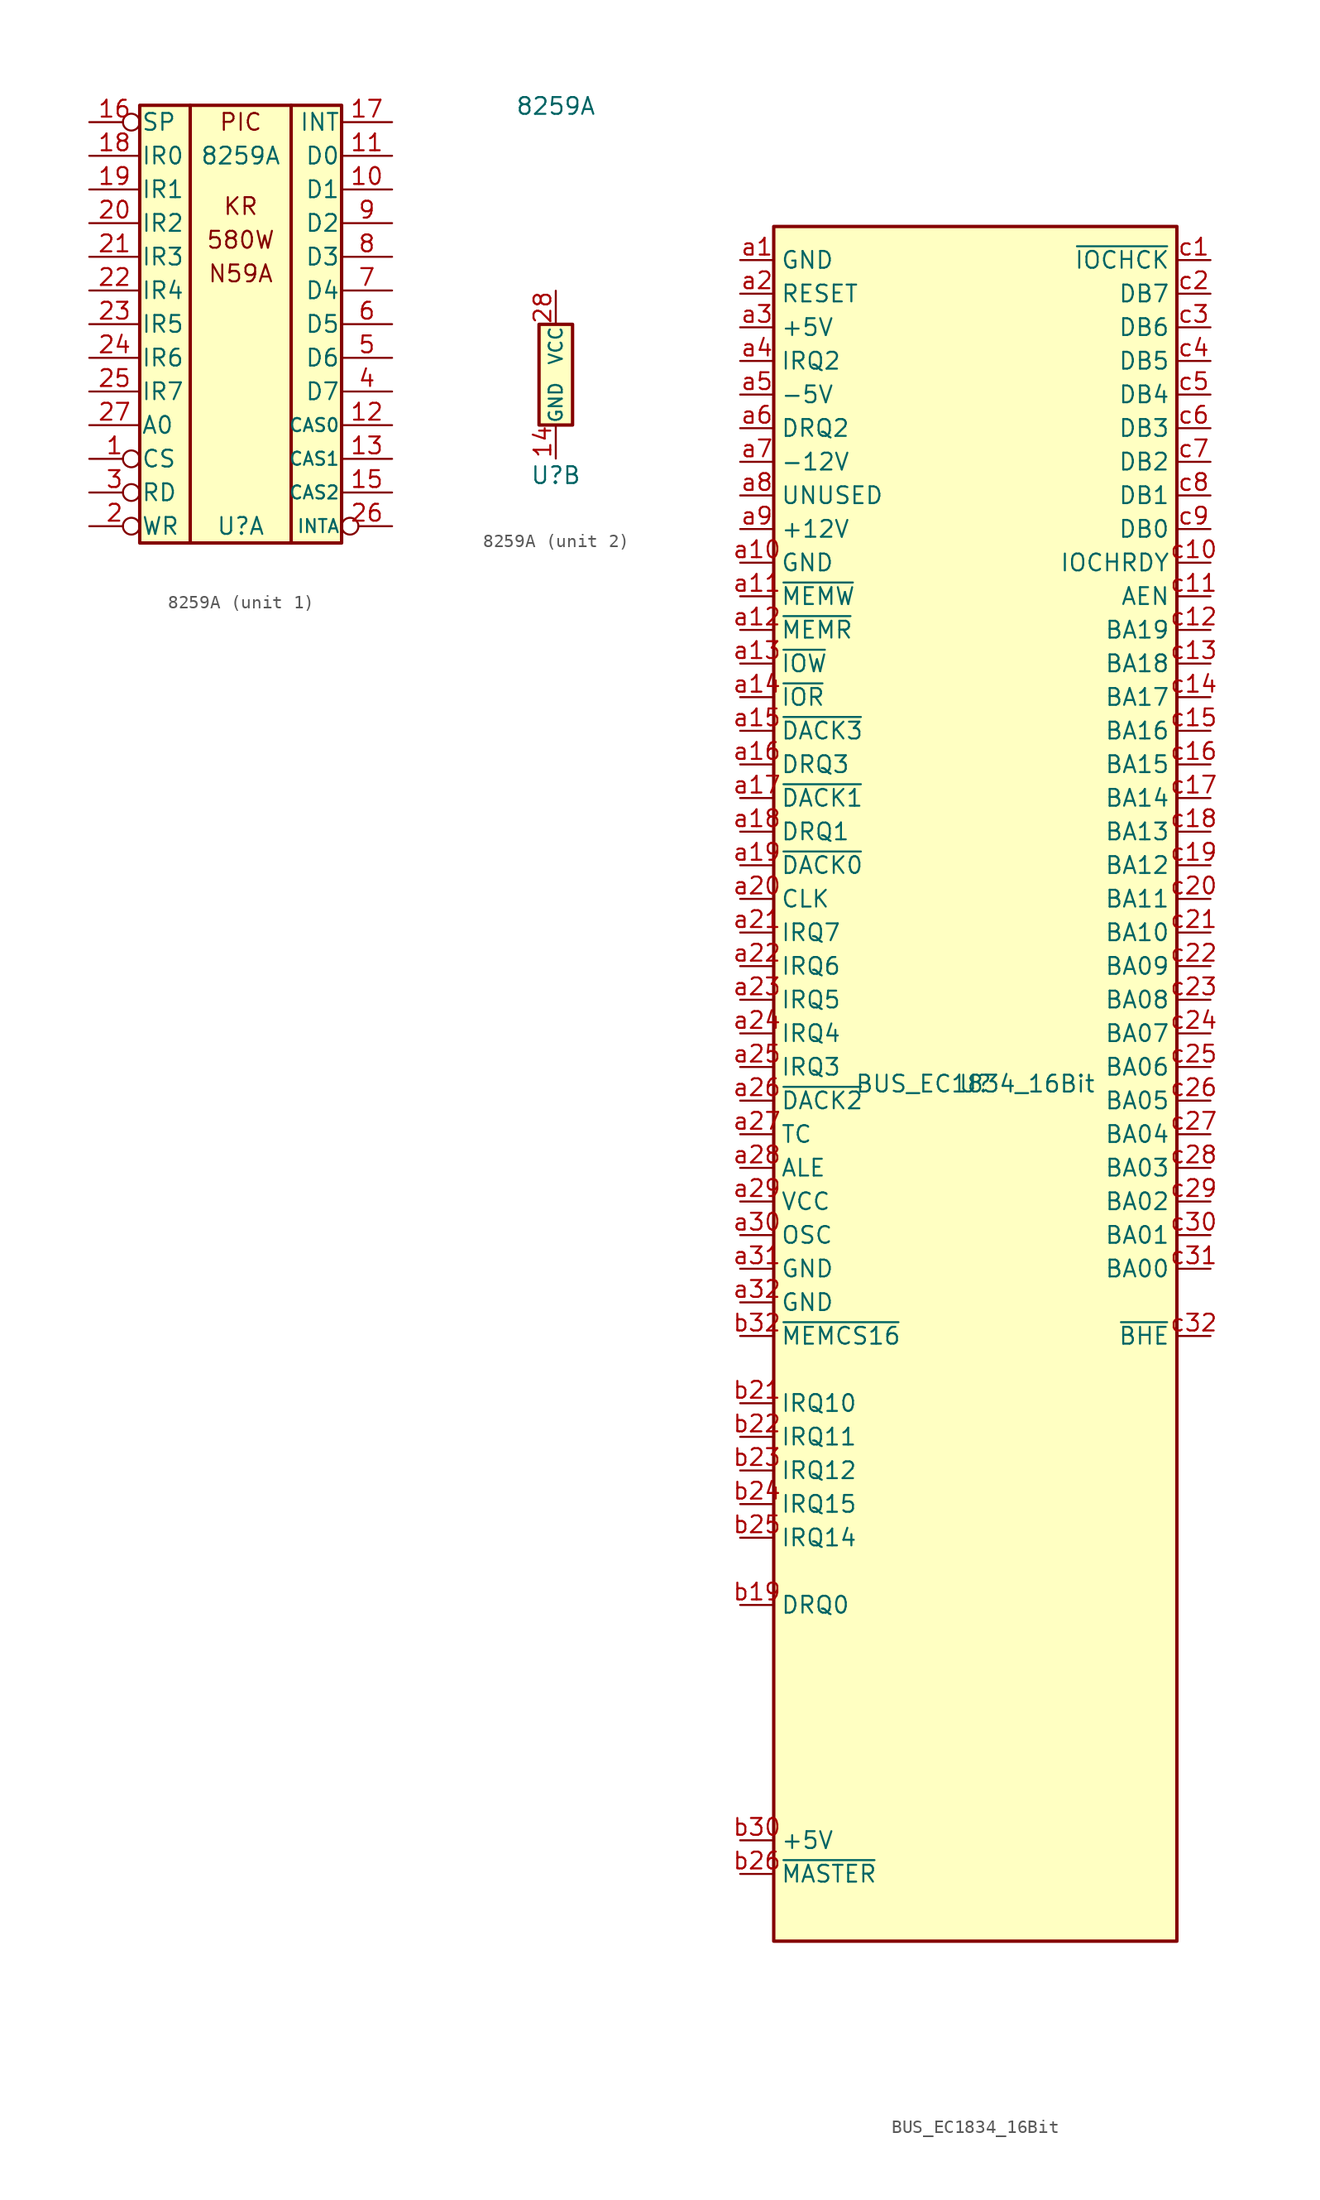
<source format=kicad_sym>
(kicad_symbol_lib
  (version 20211014)
  (generator kicad_symbol_editor)
  (symbol "8259A"
    (pin_names
      (offset 0.102))
    (property "Reference" "U"
      (at 0 -7.62 0)
      (effects (font (size 1.27 1.27))))
    (property "Value" "8259A"
      (at 0 20.32 0)
      (effects (font (size 1.27 1.27))))
    (property "ki_locked" ""
      (at 0 0 0)
      (effects (font (size 1.27 1.27))))
    (symbol "8259A_1_0"
      (rectangle (start -3.81 24.13) (end -3.81 -8.89) (stroke (width 0.254) (type default) (color 0 0 0 0)) (fill (type none)))
      (rectangle (start 3.81 24.13) (end 3.81 -8.89) (stroke (width 0.254) (type default) (color 0 0 0 0)) (fill (type none)))
      (text "580W" (at 0 13.97 0) (effects (font (size 1.27 1.27))))
      (text "KR" (at 0 16.51 0) (effects (font (size 1.27 1.27))))
      (text "N59A" (at 0 11.43 0) (effects (font (size 1.27 1.27))))
      (text "PIC" (at 0 22.86 0) (effects (font (size 1.27 1.27)))))
    (symbol "8259A_1_1"
      (rectangle (start -7.62 24.13) (end 7.62 -8.89) (stroke (width 0.254) (type default) (color 0 0 0 0)) (fill (type background)))
      (pin input inverted (at -11.43 -2.54 0) (length 3.81) (name "CS" (effects (font (size 1.27 1.27)))) (number "1" (effects (font (size 1.27 1.27)))))
      (pin bidirectional line (at 11.43 17.78 180) (length 3.81) (name "D1" (effects (font (size 1.27 1.27)))) (number "10" (effects (font (size 1.27 1.27)))))
      (pin bidirectional line (at 11.43 20.32 180) (length 3.81) (name "D0" (effects (font (size 1.27 1.27)))) (number "11" (effects (font (size 1.27 1.27)))))
      (pin tri_state line (at 11.43 0 180) (length 3.81) (name "CAS0" (effects (font (size 0.991 0.991)))) (number "12" (effects (font (size 1.27 1.27)))))
      (pin tri_state line (at 11.43 -2.54 180) (length 3.81) (name "CAS1" (effects (font (size 0.991 0.991)))) (number "13" (effects (font (size 1.27 1.27)))))
      (pin tri_state line (at 11.43 -5.08 180) (length 3.81) (name "CAS2" (effects (font (size 0.991 0.991)))) (number "15" (effects (font (size 1.27 1.27)))))
      (pin bidirectional inverted (at -11.43 22.86 0) (length 3.81) (name "SP" (effects (font (size 1.27 1.27)))) (number "16" (effects (font (size 1.27 1.27)))))
      (pin output line (at 11.43 22.86 180) (length 3.81) (name "INT" (effects (font (size 1.27 1.27)))) (number "17" (effects (font (size 1.27 1.27)))))
      (pin input line (at -11.43 20.32 0) (length 3.81) (name "IR0" (effects (font (size 1.27 1.27)))) (number "18" (effects (font (size 1.27 1.27)))))
      (pin input line (at -11.43 17.78 0) (length 3.81) (name "IR1" (effects (font (size 1.27 1.27)))) (number "19" (effects (font (size 1.27 1.27)))))
      (pin input inverted (at -11.43 -7.62 0) (length 3.81) (name "WR" (effects (font (size 1.27 1.27)))) (number "2" (effects (font (size 1.27 1.27)))))
      (pin input line (at -11.43 15.24 0) (length 3.81) (name "IR2" (effects (font (size 1.27 1.27)))) (number "20" (effects (font (size 1.27 1.27)))))
      (pin input line (at -11.43 12.7 0) (length 3.81) (name "IR3" (effects (font (size 1.27 1.27)))) (number "21" (effects (font (size 1.27 1.27)))))
      (pin input line (at -11.43 10.16 0) (length 3.81) (name "IR4" (effects (font (size 1.27 1.27)))) (number "22" (effects (font (size 1.27 1.27)))))
      (pin input line (at -11.43 7.62 0) (length 3.81) (name "IR5" (effects (font (size 1.27 1.27)))) (number "23" (effects (font (size 1.27 1.27)))))
      (pin input line (at -11.43 5.08 0) (length 3.81) (name "IR6" (effects (font (size 1.27 1.27)))) (number "24" (effects (font (size 1.27 1.27)))))
      (pin input line (at -11.43 2.54 0) (length 3.81) (name "IR7" (effects (font (size 1.27 1.27)))) (number "25" (effects (font (size 1.27 1.27)))))
      (pin input inverted (at 11.43 -7.62 180) (length 3.81) (name "INTA" (effects (font (size 0.991 0.991)))) (number "26" (effects (font (size 1.27 1.27)))))
      (pin input line (at -11.43 0 0) (length 3.81) (name "A0" (effects (font (size 1.27 1.27)))) (number "27" (effects (font (size 1.27 1.27)))))
      (pin input inverted (at -11.43 -5.08 0) (length 3.81) (name "RD" (effects (font (size 1.27 1.27)))) (number "3" (effects (font (size 1.27 1.27)))))
      (pin bidirectional line (at 11.43 2.54 180) (length 3.81) (name "D7" (effects (font (size 1.27 1.27)))) (number "4" (effects (font (size 1.27 1.27)))))
      (pin bidirectional line (at 11.43 5.08 180) (length 3.81) (name "D6" (effects (font (size 1.27 1.27)))) (number "5" (effects (font (size 1.27 1.27)))))
      (pin bidirectional line (at 11.43 7.62 180) (length 3.81) (name "D5" (effects (font (size 1.27 1.27)))) (number "6" (effects (font (size 1.27 1.27)))))
      (pin bidirectional line (at 11.43 10.16 180) (length 3.81) (name "D4" (effects (font (size 1.27 1.27)))) (number "7" (effects (font (size 1.27 1.27)))))
      (pin bidirectional line (at 11.43 12.7 180) (length 3.81) (name "D3" (effects (font (size 1.27 1.27)))) (number "8" (effects (font (size 1.27 1.27)))))
      (pin bidirectional line (at 11.43 15.24 180) (length 3.81) (name "D2" (effects (font (size 1.27 1.27)))) (number "9" (effects (font (size 1.27 1.27))))))
    (symbol "8259A_2_1"
      (rectangle (start -1.27 3.81) (end 1.27 -3.81) (stroke (width 0.254) (type default) (color 0 0 0 0)) (fill (type background)))
      (pin power_in line (at 0 -6.35 90) (length 2.54) (name "GND" (effects (font (size 0.991 0.991)))) (number "14" (effects (font (size 1.27 1.27)))))
      (pin power_in line (at 0 6.35 270) (length 2.54) (name "VCC" (effects (font (size 0.991 0.991)))) (number "28" (effects (font (size 1.27 1.27)))))))
  (symbol "BUS_EC1834_16Bit"
    (property "Reference" "U"
      (at 0 0 0)
      (effects (font (size 1.27 1.27))))
    (property "Value" "BUS_EC1834_16Bit"
      (at 0 0 0)
      (effects (font (size 1.27 1.27))))
    (symbol "BUS_EC1834_16Bit_0_1"
      (rectangle (start -15.24 -64.77) (end 15.24 64.77) (stroke (width 0.254) (type default) (color 0 0 0 0)) (fill (type background))))
    (symbol "BUS_EC1834_16Bit_1_1"
      (pin power_in line (at -17.78 62.23 0) (length 2.54) (name "GND" (effects (font (size 1.27 1.27)))) (number "a1" (effects (font (size 1.27 1.27)))))
      (pin power_in line (at -17.78 39.37 0) (length 2.54) (name "GND" (effects (font (size 1.27 1.27)))) (number "a10" (effects (font (size 1.27 1.27)))))
      (pin input line (at -17.78 36.83 0) (length 2.54) (name "~{MEMW}" (effects (font (size 1.27 1.27)))) (number "a11" (effects (font (size 1.27 1.27)))))
      (pin input line (at -17.78 34.29 0) (length 2.54) (name "~{MEMR}" (effects (font (size 1.27 1.27)))) (number "a12" (effects (font (size 1.27 1.27)))))
      (pin input line (at -17.78 31.75 0) (length 2.54) (name "~{IOW}" (effects (font (size 1.27 1.27)))) (number "a13" (effects (font (size 1.27 1.27)))))
      (pin input line (at -17.78 29.21 0) (length 2.54) (name "~{IOR}" (effects (font (size 1.27 1.27)))) (number "a14" (effects (font (size 1.27 1.27)))))
      (pin passive line (at -17.78 26.67 0) (length 2.54) (name "~{DACK3}" (effects (font (size 1.27 1.27)))) (number "a15" (effects (font (size 1.27 1.27)))))
      (pin bidirectional line (at -17.78 24.13 0) (length 2.54) (name "DRQ3" (effects (font (size 1.27 1.27)))) (number "a16" (effects (font (size 1.27 1.27)))))
      (pin passive line (at -17.78 21.59 0) (length 2.54) (name "~{DACK1}" (effects (font (size 1.27 1.27)))) (number "a17" (effects (font (size 1.27 1.27)))))
      (pin bidirectional line (at -17.78 19.05 0) (length 2.54) (name "DRQ1" (effects (font (size 1.27 1.27)))) (number "a18" (effects (font (size 1.27 1.27)))))
      (pin passive line (at -17.78 16.51 0) (length 2.54) (name "~{DACK0}" (effects (font (size 1.27 1.27)))) (number "a19" (effects (font (size 1.27 1.27)))))
      (pin input line (at -17.78 59.69 0) (length 2.54) (name "RESET" (effects (font (size 1.27 1.27)))) (number "a2" (effects (font (size 1.27 1.27)))))
      (pin input line (at -17.78 13.97 0) (length 2.54) (name "CLK" (effects (font (size 1.27 1.27)))) (number "a20" (effects (font (size 1.27 1.27)))))
      (pin passive line (at -17.78 11.43 0) (length 2.54) (name "IRQ7" (effects (font (size 1.27 1.27)))) (number "a21" (effects (font (size 1.27 1.27)))))
      (pin passive line (at -17.78 8.89 0) (length 2.54) (name "IRQ6" (effects (font (size 1.27 1.27)))) (number "a22" (effects (font (size 1.27 1.27)))))
      (pin passive line (at -17.78 6.35 0) (length 2.54) (name "IRQ5" (effects (font (size 1.27 1.27)))) (number "a23" (effects (font (size 1.27 1.27)))))
      (pin passive line (at -17.78 3.81 0) (length 2.54) (name "IRQ4" (effects (font (size 1.27 1.27)))) (number "a24" (effects (font (size 1.27 1.27)))))
      (pin passive line (at -17.78 1.27 0) (length 2.54) (name "IRQ3" (effects (font (size 1.27 1.27)))) (number "a25" (effects (font (size 1.27 1.27)))))
      (pin passive line (at -17.78 -1.27 0) (length 2.54) (name "~{DACK2}" (effects (font (size 1.27 1.27)))) (number "a26" (effects (font (size 1.27 1.27)))))
      (pin passive line (at -17.78 -3.81 0) (length 2.54) (name "TC" (effects (font (size 1.27 1.27)))) (number "a27" (effects (font (size 1.27 1.27)))))
      (pin bidirectional line (at -17.78 -6.35 0) (length 2.54) (name "ALE" (effects (font (size 1.27 1.27)))) (number "a28" (effects (font (size 1.27 1.27)))))
      (pin power_in line (at -17.78 -8.89 0) (length 2.54) (name "VCC" (effects (font (size 1.27 1.27)))) (number "a29" (effects (font (size 1.27 1.27)))))
      (pin power_in line (at -17.78 57.15 0) (length 2.54) (name "+5V" (effects (font (size 1.27 1.27)))) (number "a3" (effects (font (size 1.27 1.27)))))
      (pin input line (at -17.78 -11.43 0) (length 2.54) (name "OSC" (effects (font (size 1.27 1.27)))) (number "a30" (effects (font (size 1.27 1.27)))))
      (pin power_in line (at -17.78 -13.97 0) (length 2.54) (name "GND" (effects (font (size 1.27 1.27)))) (number "a31" (effects (font (size 1.27 1.27)))))
      (pin power_in line (at -17.78 -16.51 0) (length 2.54) (name "GND" (effects (font (size 1.27 1.27)))) (number "a32" (effects (font (size 1.27 1.27)))))
      (pin input line (at -17.78 54.61 0) (length 2.54) (name "IRQ2" (effects (font (size 1.27 1.27)))) (number "a4" (effects (font (size 1.27 1.27)))))
      (pin power_in line (at -17.78 52.07 0) (length 2.54) (name "-5V" (effects (font (size 1.27 1.27)))) (number "a5" (effects (font (size 1.27 1.27)))))
      (pin bidirectional line (at -17.78 49.53 0) (length 2.54) (name "DRQ2" (effects (font (size 1.27 1.27)))) (number "a6" (effects (font (size 1.27 1.27)))))
      (pin power_in line (at -17.78 46.99 0) (length 2.54) (name "-12V" (effects (font (size 1.27 1.27)))) (number "a7" (effects (font (size 1.27 1.27)))))
      (pin passive line (at -17.78 44.45 0) (length 2.54) (name "UNUSED" (effects (font (size 1.27 1.27)))) (number "a8" (effects (font (size 1.27 1.27)))))
      (pin power_in line (at -17.78 41.91 0) (length 2.54) (name "+12V" (effects (font (size 1.27 1.27)))) (number "a9" (effects (font (size 1.27 1.27)))))
      (pin no_connect line (at 17.78 -24.13 180) (length 2.54) hide (name "UNUSED" (effects (font (size 1.27 1.27)))) (number "b1" (effects (font (size 1.27 1.27)))))
      (pin no_connect line (at 17.78 -26.67 180) (length 2.54) hide (name "UNUSED" (effects (font (size 1.27 1.27)))) (number "b10" (effects (font (size 1.27 1.27)))))
      (pin no_connect line (at 17.78 -29.21 180) (length 2.54) hide (name "UNUSED" (effects (font (size 1.27 1.27)))) (number "b11" (effects (font (size 1.27 1.27)))))
      (pin no_connect line (at 17.78 -31.75 180) (length 2.54) hide (name "UNUSED" (effects (font (size 1.27 1.27)))) (number "b12" (effects (font (size 1.27 1.27)))))
      (pin no_connect line (at 17.78 -34.29 180) (length 2.54) hide (name "UNUSED" (effects (font (size 1.27 1.27)))) (number "b13" (effects (font (size 1.27 1.27)))))
      (pin no_connect line (at 17.78 -36.83 180) (length 2.54) hide (name "UNUSED" (effects (font (size 1.27 1.27)))) (number "b14" (effects (font (size 1.27 1.27)))))
      (pin no_connect line (at 17.78 -39.37 180) (length 2.54) hide (name "UNUSED" (effects (font (size 1.27 1.27)))) (number "b15" (effects (font (size 1.27 1.27)))))
      (pin no_connect line (at 17.78 -41.91 180) (length 2.54) hide (name "UNUSED" (effects (font (size 1.27 1.27)))) (number "b16" (effects (font (size 1.27 1.27)))))
      (pin no_connect line (at 17.78 -44.45 180) (length 2.54) hide (name "UNUSED" (effects (font (size 1.27 1.27)))) (number "b17" (effects (font (size 1.27 1.27)))))
      (pin no_connect line (at 17.78 -46.99 180) (length 2.54) hide (name "UNUSED" (effects (font (size 1.27 1.27)))) (number "b18" (effects (font (size 1.27 1.27)))))
      (pin bidirectional line (at -17.78 -39.37 0) (length 2.54) (name "DRQ0" (effects (font (size 1.27 1.27)))) (number "b19" (effects (font (size 1.27 1.27)))))
      (pin no_connect line (at 17.78 -49.53 180) (length 2.54) hide (name "UNUSED" (effects (font (size 1.27 1.27)))) (number "b20" (effects (font (size 1.27 1.27)))))
      (pin passive line (at -17.78 -24.13 0) (length 2.54) (name "IRQ10" (effects (font (size 1.27 1.27)))) (number "b21" (effects (font (size 1.27 1.27)))))
      (pin passive line (at -17.78 -26.67 0) (length 2.54) (name "IRQ11" (effects (font (size 1.27 1.27)))) (number "b22" (effects (font (size 1.27 1.27)))))
      (pin passive line (at -17.78 -29.21 0) (length 2.54) (name "IRQ12" (effects (font (size 1.27 1.27)))) (number "b23" (effects (font (size 1.27 1.27)))))
      (pin passive line (at -17.78 -31.75 0) (length 2.54) (name "IRQ15" (effects (font (size 1.27 1.27)))) (number "b24" (effects (font (size 1.27 1.27)))))
      (pin passive line (at -17.78 -34.29 0) (length 2.54) (name "IRQ14" (effects (font (size 1.27 1.27)))) (number "b25" (effects (font (size 1.27 1.27)))))
      (pin passive line (at -17.78 -59.69 0) (length 2.54) (name "~{MASTER}" (effects (font (size 1.27 1.27)))) (number "b26" (effects (font (size 1.27 1.27)))))
      (pin no_connect line (at 17.78 -52.07 180) (length 2.54) hide (name "UNUSED" (effects (font (size 1.27 1.27)))) (number "b27" (effects (font (size 1.27 1.27)))))
      (pin no_connect line (at 17.78 -54.61 180) (length 2.54) hide (name "UNUSED" (effects (font (size 1.27 1.27)))) (number "b28" (effects (font (size 1.27 1.27)))))
      (pin no_connect line (at 17.78 -57.15 180) (length 2.54) hide (name "UNUSED" (effects (font (size 1.27 1.27)))) (number "b29" (effects (font (size 1.27 1.27)))))
      (pin power_in line (at -17.78 -57.15 0) (length 2.54) (name "+5V" (effects (font (size 1.27 1.27)))) (number "b30" (effects (font (size 1.27 1.27)))))
      (pin no_connect line (at 17.78 -59.69 180) (length 2.54) hide (name "UNUSED" (effects (font (size 1.27 1.27)))) (number "b31" (effects (font (size 1.27 1.27)))))
      (pin passive line (at -17.78 -19.05 0) (length 2.54) (name "~{MEMCS16}" (effects (font (size 1.27 1.27)))) (number "b32" (effects (font (size 1.27 1.27)))))
      (pin passive line (at 17.78 62.23 180) (length 2.54) (name "~{IOCHCK}" (effects (font (size 1.27 1.27)))) (number "c1" (effects (font (size 1.27 1.27)))))
      (pin passive line (at 17.78 39.37 180) (length 2.54) (name "IOCHRDY" (effects (font (size 1.27 1.27)))) (number "c10" (effects (font (size 1.27 1.27)))))
      (pin input line (at 17.78 36.83 180) (length 2.54) (name "AEN" (effects (font (size 1.27 1.27)))) (number "c11" (effects (font (size 1.27 1.27)))))
      (pin tri_state line (at 17.78 34.29 180) (length 2.54) (name "BA19" (effects (font (size 1.27 1.27)))) (number "c12" (effects (font (size 1.27 1.27)))))
      (pin tri_state line (at 17.78 31.75 180) (length 2.54) (name "BA18" (effects (font (size 1.27 1.27)))) (number "c13" (effects (font (size 1.27 1.27)))))
      (pin tri_state line (at 17.78 29.21 180) (length 2.54) (name "BA17" (effects (font (size 1.27 1.27)))) (number "c14" (effects (font (size 1.27 1.27)))))
      (pin tri_state line (at 17.78 26.67 180) (length 2.54) (name "BA16" (effects (font (size 1.27 1.27)))) (number "c15" (effects (font (size 1.27 1.27)))))
      (pin tri_state line (at 17.78 24.13 180) (length 2.54) (name "BA15" (effects (font (size 1.27 1.27)))) (number "c16" (effects (font (size 1.27 1.27)))))
      (pin tri_state line (at 17.78 21.59 180) (length 2.54) (name "BA14" (effects (font (size 1.27 1.27)))) (number "c17" (effects (font (size 1.27 1.27)))))
      (pin tri_state line (at 17.78 19.05 180) (length 2.54) (name "BA13" (effects (font (size 1.27 1.27)))) (number "c18" (effects (font (size 1.27 1.27)))))
      (pin tri_state line (at 17.78 16.51 180) (length 2.54) (name "BA12" (effects (font (size 1.27 1.27)))) (number "c19" (effects (font (size 1.27 1.27)))))
      (pin tri_state line (at 17.78 59.69 180) (length 2.54) (name "DB7" (effects (font (size 1.27 1.27)))) (number "c2" (effects (font (size 1.27 1.27)))))
      (pin tri_state line (at 17.78 13.97 180) (length 2.54) (name "BA11" (effects (font (size 1.27 1.27)))) (number "c20" (effects (font (size 1.27 1.27)))))
      (pin tri_state line (at 17.78 11.43 180) (length 2.54) (name "BA10" (effects (font (size 1.27 1.27)))) (number "c21" (effects (font (size 1.27 1.27)))))
      (pin tri_state line (at 17.78 8.89 180) (length 2.54) (name "BA09" (effects (font (size 1.27 1.27)))) (number "c22" (effects (font (size 1.27 1.27)))))
      (pin tri_state line (at 17.78 6.35 180) (length 2.54) (name "BA08" (effects (font (size 1.27 1.27)))) (number "c23" (effects (font (size 1.27 1.27)))))
      (pin tri_state line (at 17.78 3.81 180) (length 2.54) (name "BA07" (effects (font (size 1.27 1.27)))) (number "c24" (effects (font (size 1.27 1.27)))))
      (pin tri_state line (at 17.78 1.27 180) (length 2.54) (name "BA06" (effects (font (size 1.27 1.27)))) (number "c25" (effects (font (size 1.27 1.27)))))
      (pin tri_state line (at 17.78 -1.27 180) (length 2.54) (name "BA05" (effects (font (size 1.27 1.27)))) (number "c26" (effects (font (size 1.27 1.27)))))
      (pin tri_state line (at 17.78 -3.81 180) (length 2.54) (name "BA04" (effects (font (size 1.27 1.27)))) (number "c27" (effects (font (size 1.27 1.27)))))
      (pin tri_state line (at 17.78 -6.35 180) (length 2.54) (name "BA03" (effects (font (size 1.27 1.27)))) (number "c28" (effects (font (size 1.27 1.27)))))
      (pin tri_state line (at 17.78 -8.89 180) (length 2.54) (name "BA02" (effects (font (size 1.27 1.27)))) (number "c29" (effects (font (size 1.27 1.27)))))
      (pin tri_state line (at 17.78 57.15 180) (length 2.54) (name "DB6" (effects (font (size 1.27 1.27)))) (number "c3" (effects (font (size 1.27 1.27)))))
      (pin tri_state line (at 17.78 -11.43 180) (length 2.54) (name "BA01" (effects (font (size 1.27 1.27)))) (number "c30" (effects (font (size 1.27 1.27)))))
      (pin tri_state line (at 17.78 -13.97 180) (length 2.54) (name "BA00" (effects (font (size 1.27 1.27)))) (number "c31" (effects (font (size 1.27 1.27)))))
      (pin passive line (at 17.78 -19.05 180) (length 2.54) (name "~{BHE}" (effects (font (size 1.27 1.27)))) (number "c32" (effects (font (size 1.27 1.27)))))
      (pin tri_state line (at 17.78 54.61 180) (length 2.54) (name "DB5" (effects (font (size 1.27 1.27)))) (number "c4" (effects (font (size 1.27 1.27)))))
      (pin tri_state line (at 17.78 52.07 180) (length 2.54) (name "DB4" (effects (font (size 1.27 1.27)))) (number "c5" (effects (font (size 1.27 1.27)))))
      (pin tri_state line (at 17.78 49.53 180) (length 2.54) (name "DB3" (effects (font (size 1.27 1.27)))) (number "c6" (effects (font (size 1.27 1.27)))))
      (pin tri_state line (at 17.78 46.99 180) (length 2.54) (name "DB2" (effects (font (size 1.27 1.27)))) (number "c7" (effects (font (size 1.27 1.27)))))
      (pin tri_state line (at 17.78 44.45 180) (length 2.54) (name "DB1" (effects (font (size 1.27 1.27)))) (number "c8" (effects (font (size 1.27 1.27)))))
      (pin tri_state line (at 17.78 41.91 180) (length 2.54) (name "DB0" (effects (font (size 1.27 1.27)))) (number "c9" (effects (font (size 1.27 1.27))))))))
</source>
